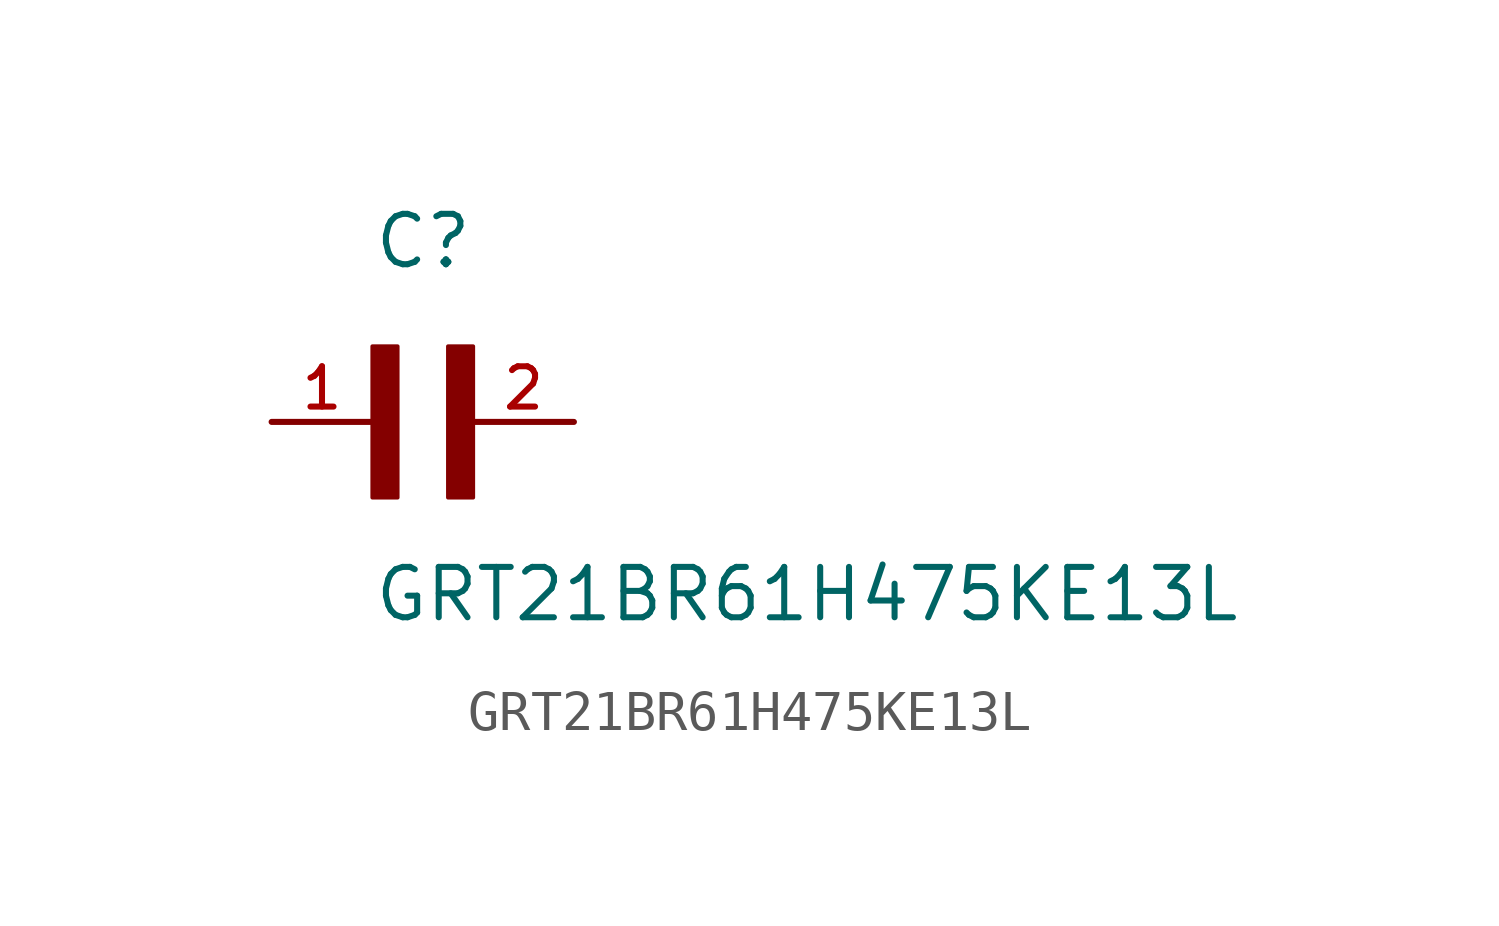
<source format=kicad_sym>
(kicad_symbol_lib
  (version 20211014)
  (generator kicad_symbol_editor)
  (symbol "GRT21BR61H475KE13L"
    (pin_names
      (offset 1.016))
    (property "Reference" "C"
      (at 0.0 3.811 0)
      (effects (font (size 1.27 1.27)) (justify bottom left)))
    (property "Value" "GRT21BR61H475KE13L"
      (at 0.0 -5.088 0)
      (effects (font (size 1.27 1.27)) (justify bottom left)))
    (symbol "GRT21BR61H475KE13L_0_0"
      (rectangle (start 0.0 -1.907) (end 0.635 1.905) (stroke (width 0.1)) (fill (type outline)))
      (rectangle (start 1.907 -1.907) (end 2.54 1.905) (stroke (width 0.1)) (fill (type outline)))
      (pin passive line (at 5.08 0.0 180.0) (length 2.54) (name "~" (effects (font (size 1.016 1.016)))) (number "2" (effects (font (size 1.016 1.016)))))
      (pin passive line (at -2.54 0.0 0) (length 2.54) (name "~" (effects (font (size 1.016 1.016)))) (number "1" (effects (font (size 1.016 1.016))))))))
</source>
